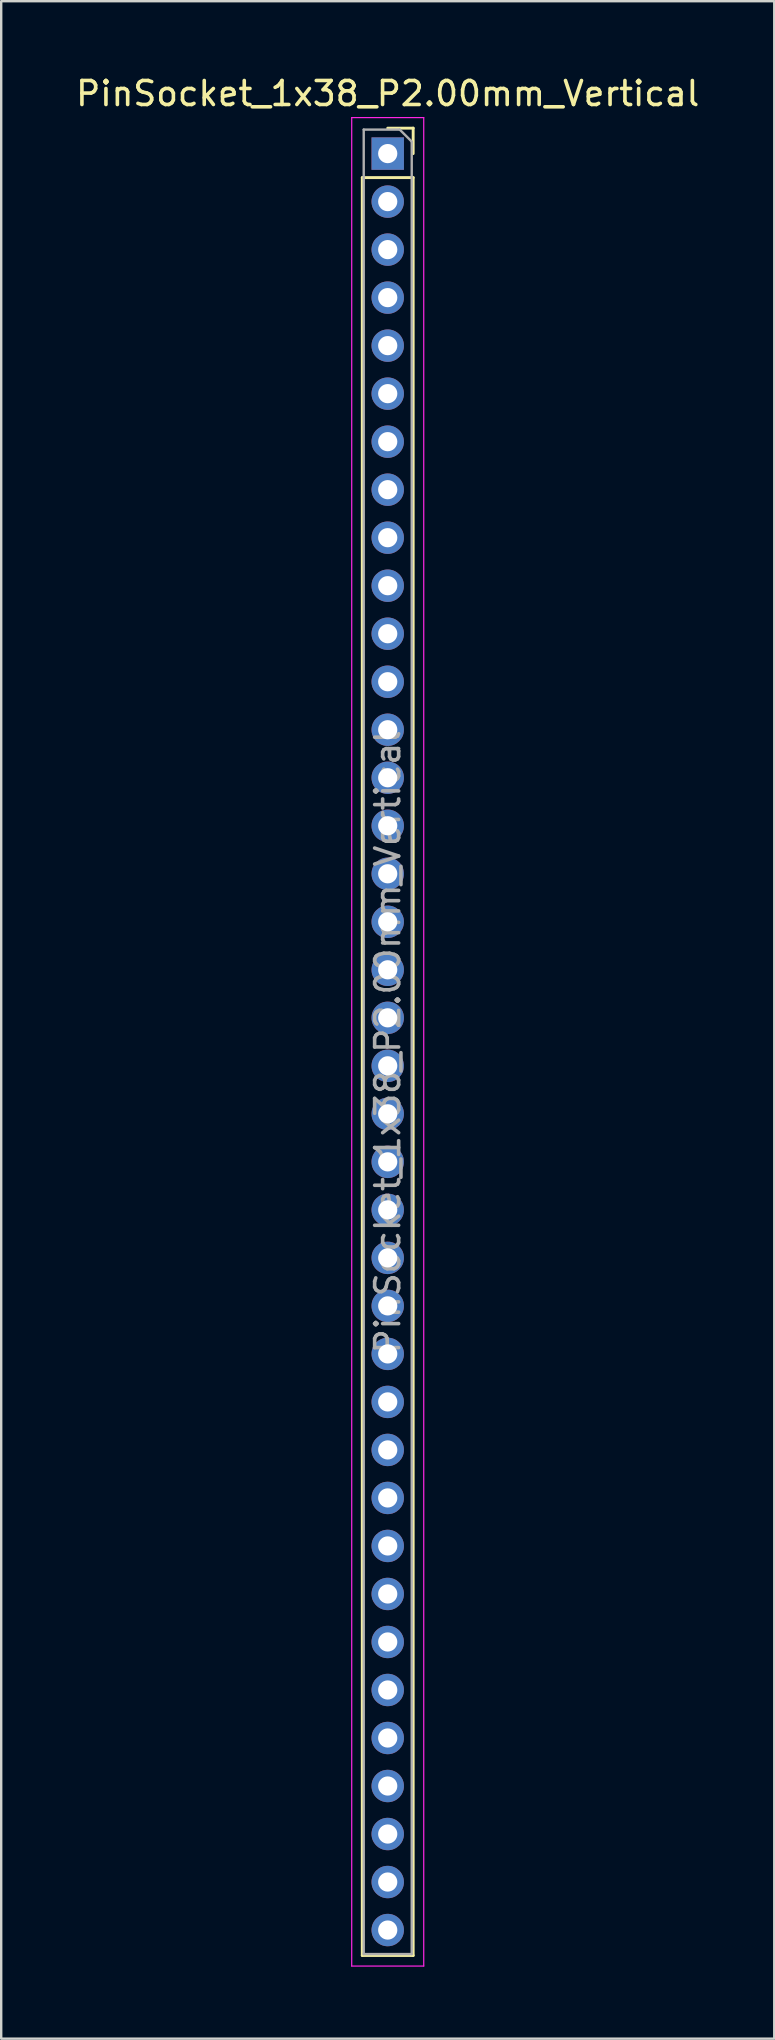
<source format=kicad_pcb>
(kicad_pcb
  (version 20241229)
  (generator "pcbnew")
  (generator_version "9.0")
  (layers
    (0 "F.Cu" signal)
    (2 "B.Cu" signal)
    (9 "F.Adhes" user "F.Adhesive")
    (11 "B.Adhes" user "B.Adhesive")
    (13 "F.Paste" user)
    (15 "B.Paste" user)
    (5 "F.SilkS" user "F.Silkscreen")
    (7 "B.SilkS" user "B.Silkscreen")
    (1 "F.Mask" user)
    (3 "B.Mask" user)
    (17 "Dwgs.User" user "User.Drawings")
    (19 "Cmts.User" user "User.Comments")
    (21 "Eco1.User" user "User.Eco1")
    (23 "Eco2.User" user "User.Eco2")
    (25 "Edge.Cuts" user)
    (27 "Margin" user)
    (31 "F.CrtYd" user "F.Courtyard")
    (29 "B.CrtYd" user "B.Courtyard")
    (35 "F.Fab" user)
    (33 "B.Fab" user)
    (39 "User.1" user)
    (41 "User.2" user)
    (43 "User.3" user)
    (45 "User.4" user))
  (footprint "PinSocket_1x38_P2.00mm_Vertical"
    (layer "F.Cu")
    (at 13.101 3.348)
    (property "Reference" "PinSocket_1x38_P2.00mm_Vertical" (at 0 -2.5 0) (layer "F.SilkS") (effects (font (size 1 1) (thickness 0.15))))
    (attr through_hole)
    (fp_line (start -1.06 1) (end -1.06 75.06) (stroke (width 0.12) (type solid)) (layer "F.SilkS"))
    (fp_line (start -1.06 1) (end 1.06 1) (stroke (width 0.12) (type solid)) (layer "F.SilkS"))
    (fp_line (start -1.06 75.06) (end 1.06 75.06) (stroke (width 0.12) (type solid)) (layer "F.SilkS"))
    (fp_line (start 0 -1.06) (end 1.06 -1.06) (stroke (width 0.12) (type solid)) (layer "F.SilkS"))
    (fp_line (start 1.06 -1.06) (end 1.06 0) (stroke (width 0.12) (type solid)) (layer "F.SilkS"))
    (fp_line (start 1.06 1) (end 1.06 75.06) (stroke (width 0.12) (type solid)) (layer "F.SilkS"))
    (fp_line (start -1.5 -1.5) (end 1.5 -1.5) (stroke (width 0.05) (type solid)) (layer "F.CrtYd"))
    (fp_line (start -1.5 75.5) (end -1.5 -1.5) (stroke (width 0.05) (type solid)) (layer "F.CrtYd"))
    (fp_line (start 1.5 -1.5) (end 1.5 75.5) (stroke (width 0.05) (type solid)) (layer "F.CrtYd"))
    (fp_line (start 1.5 75.5) (end -1.5 75.5) (stroke (width 0.05) (type solid)) (layer "F.CrtYd"))
    (fp_line (start -1 -1) (end 0.5 -1) (stroke (width 0.1) (type solid)) (layer "F.Fab"))
    (fp_line (start -1 75) (end -1 -1) (stroke (width 0.1) (type solid)) (layer "F.Fab"))
    (fp_line (start 0.5 -1) (end 1 -0.5) (stroke (width 0.1) (type solid)) (layer "F.Fab"))
    (fp_line (start 1 -0.5) (end 1 75) (stroke (width 0.1) (type solid)) (layer "F.Fab"))
    (fp_line (start 1 75) (end -1 75) (stroke (width 0.1) (type solid)) (layer "F.Fab"))
    (fp_text user "${REFERENCE}" (at 0 37 90) (layer "F.Fab") (effects (font (size 1 1) (thickness 0.15))))
    (pad "1" thru_hole rect (at 0 0) (size 1.35 1.35) (drill 0.8) (layers "*.Cu" "*.Mask"))
    (pad "2" thru_hole oval (at 0 2) (size 1.35 1.35) (drill 0.8) (layers "*.Cu" "*.Mask"))
    (pad "3" thru_hole oval (at 0 4) (size 1.35 1.35) (drill 0.8) (layers "*.Cu" "*.Mask"))
    (pad "4" thru_hole oval (at 0 6) (size 1.35 1.35) (drill 0.8) (layers "*.Cu" "*.Mask"))
    (pad "5" thru_hole oval (at 0 8) (size 1.35 1.35) (drill 0.8) (layers "*.Cu" "*.Mask"))
    (pad "6" thru_hole oval (at 0 10) (size 1.35 1.35) (drill 0.8) (layers "*.Cu" "*.Mask"))
    (pad "7" thru_hole oval (at 0 12) (size 1.35 1.35) (drill 0.8) (layers "*.Cu" "*.Mask"))
    (pad "8" thru_hole oval (at 0 14) (size 1.35 1.35) (drill 0.8) (layers "*.Cu" "*.Mask"))
    (pad "9" thru_hole oval (at 0 16) (size 1.35 1.35) (drill 0.8) (layers "*.Cu" "*.Mask"))
    (pad "10" thru_hole oval (at 0 18) (size 1.35 1.35) (drill 0.8) (layers "*.Cu" "*.Mask"))
    (pad "11" thru_hole oval (at 0 20) (size 1.35 1.35) (drill 0.8) (layers "*.Cu" "*.Mask"))
    (pad "12" thru_hole oval (at 0 22) (size 1.35 1.35) (drill 0.8) (layers "*.Cu" "*.Mask"))
    (pad "13" thru_hole oval (at 0 24) (size 1.35 1.35) (drill 0.8) (layers "*.Cu" "*.Mask"))
    (pad "14" thru_hole oval (at 0 26) (size 1.35 1.35) (drill 0.8) (layers "*.Cu" "*.Mask"))
    (pad "15" thru_hole oval (at 0 28) (size 1.35 1.35) (drill 0.8) (layers "*.Cu" "*.Mask"))
    (pad "16" thru_hole oval (at 0 30) (size 1.35 1.35) (drill 0.8) (layers "*.Cu" "*.Mask"))
    (pad "17" thru_hole oval (at 0 32) (size 1.35 1.35) (drill 0.8) (layers "*.Cu" "*.Mask"))
    (pad "18" thru_hole oval (at 0 34) (size 1.35 1.35) (drill 0.8) (layers "*.Cu" "*.Mask"))
    (pad "19" thru_hole oval (at 0 36) (size 1.35 1.35) (drill 0.8) (layers "*.Cu" "*.Mask"))
    (pad "20" thru_hole oval (at 0 38) (size 1.35 1.35) (drill 0.8) (layers "*.Cu" "*.Mask"))
    (pad "21" thru_hole oval (at 0 40) (size 1.35 1.35) (drill 0.8) (layers "*.Cu" "*.Mask"))
    (pad "22" thru_hole oval (at 0 42) (size 1.35 1.35) (drill 0.8) (layers "*.Cu" "*.Mask"))
    (pad "23" thru_hole oval (at 0 44) (size 1.35 1.35) (drill 0.8) (layers "*.Cu" "*.Mask"))
    (pad "24" thru_hole oval (at 0 46) (size 1.35 1.35) (drill 0.8) (layers "*.Cu" "*.Mask"))
    (pad "25" thru_hole oval (at 0 48) (size 1.35 1.35) (drill 0.8) (layers "*.Cu" "*.Mask"))
    (pad "26" thru_hole oval (at 0 50) (size 1.35 1.35) (drill 0.8) (layers "*.Cu" "*.Mask"))
    (pad "27" thru_hole oval (at 0 52) (size 1.35 1.35) (drill 0.8) (layers "*.Cu" "*.Mask"))
    (pad "28" thru_hole oval (at 0 54) (size 1.35 1.35) (drill 0.8) (layers "*.Cu" "*.Mask"))
    (pad "29" thru_hole oval (at 0 56) (size 1.35 1.35) (drill 0.8) (layers "*.Cu" "*.Mask"))
    (pad "30" thru_hole oval (at 0 58) (size 1.35 1.35) (drill 0.8) (layers "*.Cu" "*.Mask"))
    (pad "31" thru_hole oval (at 0 60) (size 1.35 1.35) (drill 0.8) (layers "*.Cu" "*.Mask"))
    (pad "32" thru_hole oval (at 0 62) (size 1.35 1.35) (drill 0.8) (layers "*.Cu" "*.Mask"))
    (pad "33" thru_hole oval (at 0 64) (size 1.35 1.35) (drill 0.8) (layers "*.Cu" "*.Mask"))
    (pad "34" thru_hole oval (at 0 66) (size 1.35 1.35) (drill 0.8) (layers "*.Cu" "*.Mask"))
    (pad "35" thru_hole oval (at 0 68) (size 1.35 1.35) (drill 0.8) (layers "*.Cu" "*.Mask"))
    (pad "36" thru_hole oval (at 0 70) (size 1.35 1.35) (drill 0.8) (layers "*.Cu" "*.Mask"))
    (pad "37" thru_hole oval (at 0 72) (size 1.35 1.35) (drill 0.8) (layers "*.Cu" "*.Mask"))
    (pad "38" thru_hole oval (at 0 74) (size 1.35 1.35) (drill 0.8) (layers "*.Cu" "*.Mask")))
  (gr_rect
    (start -3 -3)
    (end 29.202 81.873)
    (stroke (width 0.1) (type default))
    (fill no)
    (layer "Edge.Cuts")))
</source>
